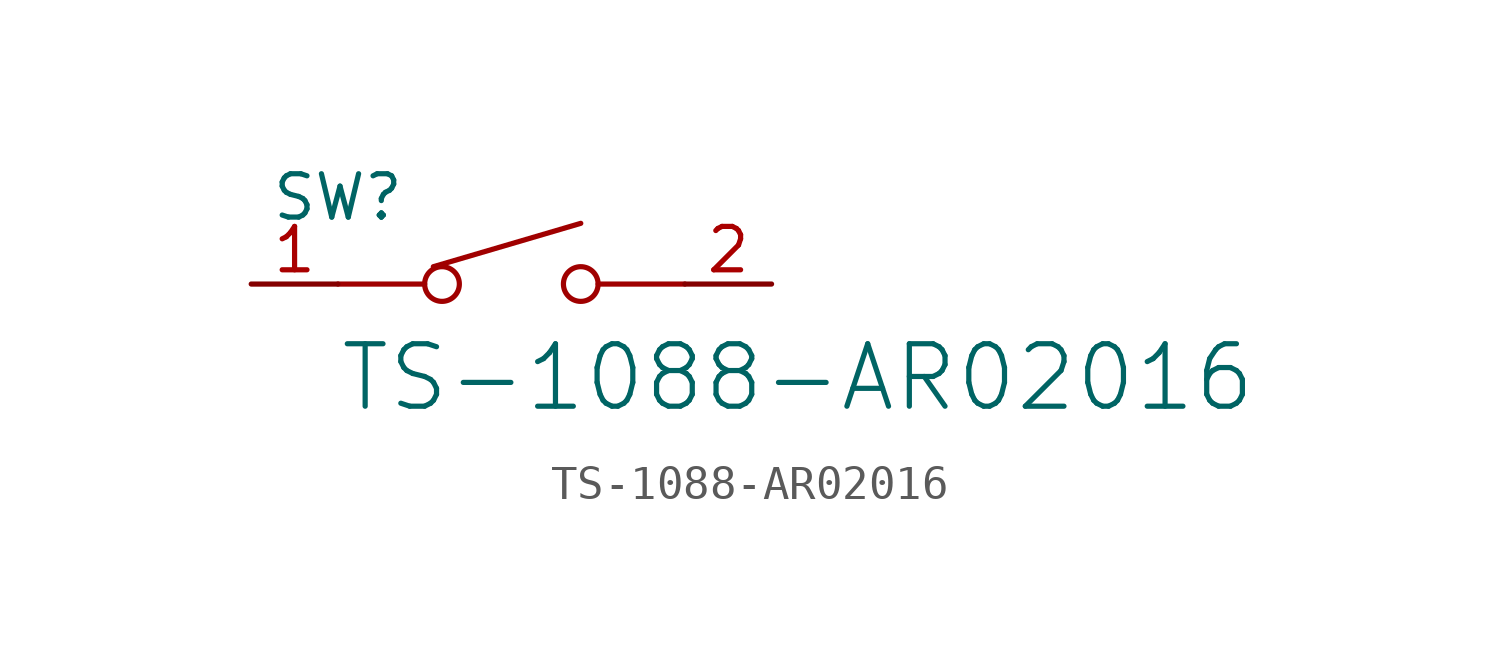
<source format=kicad_sym>
(kicad_symbol_lib
  (version 20241209)
  (generator "kicad_symbol_editor")
  (generator_version "9.0")
  (symbol "TS-1088-AR02016"
    (pin_names
      (hide yes))
    (property "Reference" "SW"
      (at -5.08 2.54 0)
      (effects (font (size 1.27 1.27))))
    (property "Value" "TS-1088-AR02016"
      (at -5.08 -3.81 0)
      (effects (font (size 1.829 1.829)) (justify left bottom)))
    (property "Manufacturer Part" "TS-1088-AR02016"
      (at 0 0 0)
      (effects (font (size 1.27 1.27)) (justify left bottom) (hide yes)))
    (symbol "TS-1088-AR02016_1_0"
      (polyline (pts (xy -5.08 0) (xy -2.54 0)) (stroke (width 0) (type solid) (color 160 0 0 1)) (fill (type none)))
      (polyline (pts (xy -2.286 0.508) (xy 2.032 1.778)) (stroke (width 0) (type solid) (color 160 0 0 1)) (fill (type none)))
      (circle (center -2.032 0) (radius 0.508) (stroke (width 0) (type solid) (color 160 0 0 1)) (fill (type none)))
      (circle (center 2.032 0) (radius 0.508) (stroke (width 0) (type solid) (color 160 0 0 1)) (fill (type none)))
      (polyline (pts (xy 5.08 0) (xy 2.54 0)) (stroke (width 0) (type solid) (color 160 0 0 1)) (fill (type none)))
      (pin passive line (at -7.62 0 0) (length 2.54) (name "1" (effects (font (size 1.27 1.27)))) (number "1" (effects (font (size 1.27 1.27)))))
      (pin passive line (at 7.62 0 180) (length 2.54) (name "2" (effects (font (size 1.27 1.27)))) (number "2" (effects (font (size 1.27 1.27))))))))
</source>
